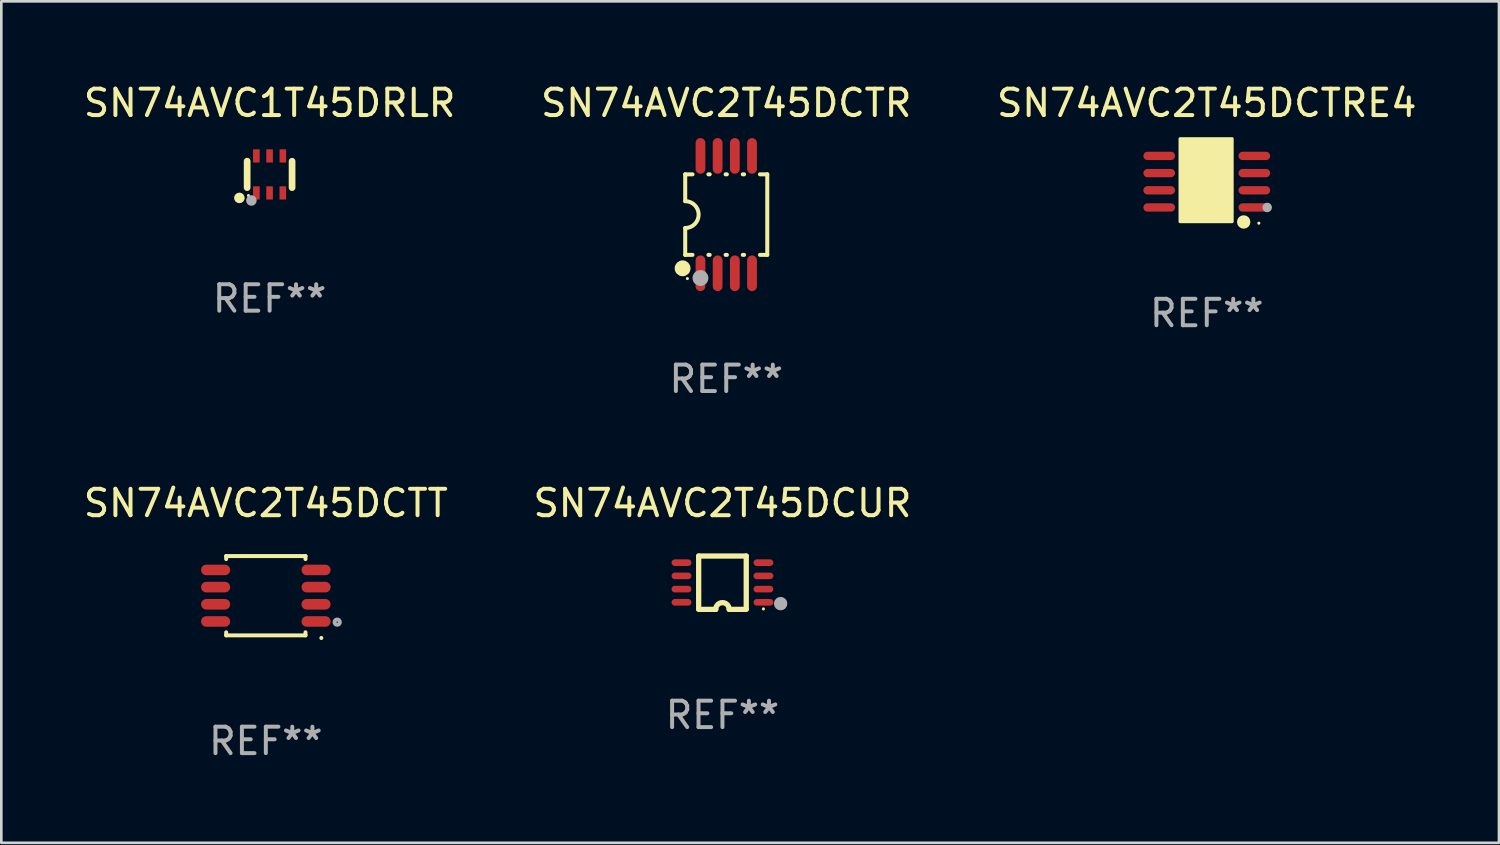
<source format=kicad_pcb>
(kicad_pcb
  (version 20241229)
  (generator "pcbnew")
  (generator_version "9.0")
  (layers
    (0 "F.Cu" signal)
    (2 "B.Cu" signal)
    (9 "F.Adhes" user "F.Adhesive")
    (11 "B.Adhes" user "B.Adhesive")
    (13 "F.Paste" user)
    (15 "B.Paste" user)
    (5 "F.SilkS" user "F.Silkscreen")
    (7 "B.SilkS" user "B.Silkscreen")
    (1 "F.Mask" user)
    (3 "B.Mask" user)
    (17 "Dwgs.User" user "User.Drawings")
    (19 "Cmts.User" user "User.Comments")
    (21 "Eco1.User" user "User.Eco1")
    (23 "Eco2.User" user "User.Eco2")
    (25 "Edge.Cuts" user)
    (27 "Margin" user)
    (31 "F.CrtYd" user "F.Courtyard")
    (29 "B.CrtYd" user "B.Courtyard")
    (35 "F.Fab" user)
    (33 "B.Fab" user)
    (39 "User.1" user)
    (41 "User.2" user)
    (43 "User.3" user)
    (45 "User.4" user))
  (footprint "SN74AVC2T45DCTR"
    (layer "F.Cu")
    (at 24.423 5.068)
    (property "Reference" "SN74AVC2T45DCTR" (at 0 -4.22 0) (layer "F.SilkS") (effects (font (size 1 1) (thickness 0.15))))
    (attr through_hole)
    (fp_line (start -1.552 -1.524) (end -1.276 -1.524) (stroke (width 0.152) (type solid)) (layer "F.SilkS"))
    (fp_line (start -1.552 -0.508) (end -1.552 -1.524) (stroke (width 0.152) (type solid)) (layer "F.SilkS"))
    (fp_line (start -1.552 1.524) (end -1.552 0.508) (stroke (width 0.152) (type solid)) (layer "F.SilkS"))
    (fp_line (start -1.552 1.524) (end -1.276 1.524) (stroke (width 0.152) (type solid)) (layer "F.SilkS"))
    (fp_line (start -0.674 -1.524) (end -0.626 -1.524) (stroke (width 0.152) (type solid)) (layer "F.SilkS"))
    (fp_line (start -0.674 1.524) (end -0.626 1.524) (stroke (width 0.152) (type solid)) (layer "F.SilkS"))
    (fp_line (start -0.024 -1.524) (end 0.024 -1.524) (stroke (width 0.152) (type solid)) (layer "F.SilkS"))
    (fp_line (start -0.024 1.524) (end 0.024 1.524) (stroke (width 0.152) (type solid)) (layer "F.SilkS"))
    (fp_line (start 0.626 -1.524) (end 0.674 -1.524) (stroke (width 0.152) (type solid)) (layer "F.SilkS"))
    (fp_line (start 0.626 1.524) (end 0.674 1.524) (stroke (width 0.152) (type solid)) (layer "F.SilkS"))
    (fp_line (start 1.276 1.524) (end 1.552 1.524) (stroke (width 0.152) (type solid)) (layer "F.SilkS"))
    (fp_line (start 1.276 -1.524) (end 1.552 -1.524) (stroke (width 0.152) (type solid)) (layer "F.SilkS"))
    (fp_line (start 1.552 -1.524) (end 1.552 1.524) (stroke (width 0.152) (type solid)) (layer "F.SilkS"))
    (fp_arc (start -1.551943 -0.508001) (mid -1.043942 0) (end -1.551943 0.508001) (stroke (width 0.151994) (type solid)) (layer "F.SilkS"))
    (fp_circle (center -1.651 2.032) (end -1.501 2.032) (stroke (width 0.3) (type solid)) (fill no) (layer "F.SilkS"))
    (fp_circle (center -1.47 2.42) (end -1.44 2.42) (stroke (width 0.06) (type solid)) (fill no) (layer "F.SilkS"))
    (fp_circle (center -0.975 2.4) (end -0.825 2.4) (stroke (width 0.3) (type solid)) (fill no) (layer "F.Fab"))
    (fp_text user "REF**" (at 0 6.22 0) (layer "F.Fab") (effects (font (size 1 1) (thickness 0.15))))
    (pad "1" smd oval (at -0.975 2.22) (size 0.37 1.35) (layers "F.Cu" "F.Mask" "F.Paste"))
    (pad "2" smd oval (at -0.325 2.22) (size 0.37 1.35) (layers "F.Cu" "F.Mask" "F.Paste"))
    (pad "3" smd oval (at 0.325 2.22) (size 0.37 1.35) (layers "F.Cu" "F.Mask" "F.Paste"))
    (pad "4" smd oval (at 0.975 2.22) (size 0.37 1.35) (layers "F.Cu" "F.Mask" "F.Paste"))
    (pad "5" smd oval (at 0.975 -2.22) (size 0.37 1.35) (layers "F.Cu" "F.Mask" "F.Paste"))
    (pad "6" smd oval (at 0.325 -2.22) (size 0.37 1.35) (layers "F.Cu" "F.Mask" "F.Paste"))
    (pad "7" smd oval (at -0.325 -2.22) (size 0.37 1.35) (layers "F.Cu" "F.Mask" "F.Paste"))
    (pad "8" smd oval (at -0.975 -2.22) (size 0.37 1.35) (layers "F.Cu" "F.Mask" "F.Paste")))
  (footprint "SN74AVC1T45DRLR"
    (layer "F.Cu")
    (at 7.149 3.548)
    (property "Reference" "SN74AVC1T45DRLR" (at 0 -2.7 0) (layer "F.SilkS") (effects (font (size 1 1) (thickness 0.15))))
    (attr through_hole)
    (fp_line (start -0.85 -0.5) (end -0.85 0.5) (stroke (width 0.254) (type solid)) (layer "F.SilkS"))
    (fp_line (start 0.85 -0.498) (end 0.85 0.5) (stroke (width 0.254) (type solid)) (layer "F.SilkS"))
    (fp_circle (center -1.143 0.889) (end -1.043 0.889) (stroke (width 0.2) (type solid)) (fill no) (layer "F.SilkS"))
    (fp_circle (center -0.8 0.8) (end -0.77 0.8) (stroke (width 0.06) (type solid)) (fill no) (layer "F.SilkS"))
    (fp_circle (center -0.689 0.986) (end -0.589 0.986) (stroke (width 0.2) (type solid)) (fill no) (layer "F.Fab"))
    (fp_text user "REF**" (at 0 4.7 0) (layer "F.Fab") (effects (font (size 1 1) (thickness 0.15))))
    (pad "1" smd rect (at -0.501 0.7) (size 0.25 0.5) (layers "F.Cu" "F.Mask" "F.Paste"))
    (pad "2" smd rect (at -0.001 0.7) (size 0.25 0.5) (layers "F.Cu" "F.Mask" "F.Paste"))
    (pad "3" smd rect (at 0.499 0.7) (size 0.25 0.5) (layers "F.Cu" "F.Mask" "F.Paste"))
    (pad "4" smd rect (at 0.501 -0.7) (size 0.25 0.5) (layers "F.Cu" "F.Mask" "F.Paste"))
    (pad "5" smd rect (at -0.001 -0.7) (size 0.25 0.5) (layers "F.Cu" "F.Mask" "F.Paste"))
    (pad "6" smd rect (at -0.501 -0.7) (size 0.25 0.5) (layers "F.Cu" "F.Mask" "F.Paste")))
  (footprint "SN74AVC2T45DCUR"
    (layer "F.Cu")
    (at 24.28 18.993)
    (property "Reference" "SN74AVC2T45DCUR" (at 0 -3.008 0) (layer "F.SilkS") (effects (font (size 1 1) (thickness 0.15))))
    (attr through_hole)
    (fp_line (start -0.9 -1.008) (end -0.9 0.992) (stroke (width 0.2) (type solid)) (layer "F.SilkS"))
    (fp_line (start -0.254 1.008) (end -0.9 1.008) (stroke (width 0.2) (type solid)) (layer "F.SilkS"))
    (fp_line (start 0.254 1.008) (end 0.9 1.008) (stroke (width 0.2) (type solid)) (layer "F.SilkS"))
    (fp_line (start 0.9 -1.008) (end -0.9 -1.008) (stroke (width 0.2) (type solid)) (layer "F.SilkS"))
    (fp_line (start 0.9 0.992) (end 0.9 -1.008) (stroke (width 0.2) (type solid)) (layer "F.SilkS"))
    (fp_arc (start -0.254128 1.007976) (mid -0.000127 0.753975) (end 0.253874 1.007976) (stroke (width 0.2) (type solid)) (layer "F.SilkS"))
    (fp_circle (center 1.55 0.992) (end 1.58 0.992) (stroke (width 0.06) (type solid)) (fill no) (layer "F.SilkS"))
    (fp_circle (center 2.2 0.792) (end 2.327 0.792) (stroke (width 0.254) (type solid)) (fill no) (layer "F.Fab"))
    (fp_text user "REF**" (at 0 5.008 0) (layer "F.Fab") (effects (font (size 1 1) (thickness 0.15))))
    (pad "1" smd oval (at 1.55 0.742) (size 0.75 0.25) (layers "F.Cu" "F.Mask" "F.Paste"))
    (pad "2" smd oval (at 1.55 0.242) (size 0.75 0.25) (layers "F.Cu" "F.Mask" "F.Paste"))
    (pad "3" smd oval (at 1.55 -0.258) (size 0.75 0.25) (layers "F.Cu" "F.Mask" "F.Paste"))
    (pad "4" smd oval (at 1.55 -0.758) (size 0.75 0.25) (layers "F.Cu" "F.Mask" "F.Paste"))
    (pad "5" smd oval (at -1.55 -0.758) (size 0.75 0.25) (layers "F.Cu" "F.Mask" "F.Paste"))
    (pad "6" smd oval (at -1.55 -0.258) (size 0.75 0.25) (layers "F.Cu" "F.Mask" "F.Paste"))
    (pad "7" smd oval (at -1.55 0.242) (size 0.75 0.25) (layers "F.Cu" "F.Mask" "F.Paste"))
    (pad "8" smd oval (at -1.55 0.742) (size 0.75 0.25) (layers "F.Cu" "F.Mask" "F.Paste")))
  (footprint "SN74AVC2T45DCTT"
    (layer "F.Cu")
    (at 7.006 19.485)
    (property "Reference" "SN74AVC2T45DCTT" (at 0 -3.5 0) (layer "F.SilkS") (effects (font (size 1 1) (thickness 0.15))))
    (attr through_hole)
    (fp_line (start -1.5 -1.5) (end 1.5 -1.5) (stroke (width 0.15) (type solid)) (layer "F.SilkS"))
    (fp_line (start -1.5 -1.385) (end -1.5 -1.5) (stroke (width 0.15) (type solid)) (layer "F.SilkS"))
    (fp_line (start -1.5 1.5) (end -1.5 1.385) (stroke (width 0.15) (type solid)) (layer "F.SilkS"))
    (fp_line (start 1.5 -1.5) (end 1.5 -1.385) (stroke (width 0.15) (type solid)) (layer "F.SilkS"))
    (fp_line (start 1.5 1.385) (end 1.5 1.5) (stroke (width 0.15) (type solid)) (layer "F.SilkS"))
    (fp_line (start 1.5 1.5) (end -1.5 1.5) (stroke (width 0.15) (type solid)) (layer "F.SilkS"))
    (fp_arc (start 2.100051 1.6) (mid 2.100044 1.59873) (end 2.100051 1.59746) (stroke (width 0.150013) (type solid)) (layer "F.SilkS"))
    (fp_circle (center 1.5 1.5) (end 1.527 1.5) (stroke (width 0.05) (type solid)) (fill no) (layer "F.SilkS"))
    (fp_circle (center 2.7 1) (end 2.8 1) (stroke (width 0.15) (type solid)) (fill no) (layer "F.Fab"))
    (fp_text user "REF**" (at 0 5.5 0) (layer "F.Fab") (effects (font (size 1 1) (thickness 0.15))))
    (pad "1" smd oval (at 1.9 0.975) (size 1.1 0.4) (layers "F.Cu" "F.Mask" "F.Paste"))
    (pad "2" smd oval (at 1.9 0.325) (size 1.1 0.4) (layers "F.Cu" "F.Mask" "F.Paste"))
    (pad "3" smd oval (at 1.9 -0.325) (size 1.1 0.4) (layers "F.Cu" "F.Mask" "F.Paste"))
    (pad "4" smd oval (at 1.9 -0.975) (size 1.1 0.4) (layers "F.Cu" "F.Mask" "F.Paste"))
    (pad "5" smd oval (at -1.9 -0.975) (size 1.1 0.4) (layers "F.Cu" "F.Mask" "F.Paste"))
    (pad "6" smd oval (at -1.9 -0.325) (size 1.1 0.4) (layers "F.Cu" "F.Mask" "F.Paste"))
    (pad "7" smd oval (at -1.9 0.325) (size 1.1 0.4) (layers "F.Cu" "F.Mask" "F.Paste"))
    (pad "8" smd oval (at -1.9 0.975) (size 1.1 0.4) (layers "F.Cu" "F.Mask" "F.Paste")))
  (footprint "SN74AVC2T45DCTRE4"
    (layer "F.Cu")
    (at 42.601 3.823)
    (property "Reference" "SN74AVC2T45DCTRE4" (at 0 -2.975 0) (layer "F.SilkS") (effects (font (size 1 1) (thickness 0.15))))
    (attr through_hole)
    (fp_circle (center 0.508 1.016) (end 0.658 1.016) (stroke (width 0.3) (type solid)) (fill no) (layer "F.SilkS"))
    (fp_circle (center 1.397 1.524) (end 1.524 1.524) (stroke (width 0.254) (type solid)) (fill no) (layer "F.SilkS"))
    (fp_circle (center 1.97 1.57) (end 2 1.57) (stroke (width 0.06) (type solid)) (fill no) (layer "F.SilkS"))
    (fp_poly (pts (xy -1.008 -1.623) (xy 0.958 -1.623) (xy 0.958 1.51) (xy -1.008 1.51)) (stroke (width 0.12) (type solid)) (fill yes) (layer "F.SilkS"))
    (fp_circle (center 2.286 0.975) (end 2.376 0.975) (stroke (width 0.18) (type solid)) (fill no) (layer "F.Fab"))
    (fp_text user "REF**" (at 0 4.975 0) (layer "F.Fab") (effects (font (size 1 1) (thickness 0.15))))
    (pad "1" smd oval (at 1.799 0.975 90) (size 0.315 1.198) (layers "F.Cu" "F.Mask" "F.Paste"))
    (pad "2" smd oval (at 1.799 0.325 90) (size 0.315 1.198) (layers "F.Cu" "F.Mask" "F.Paste"))
    (pad "3" smd oval (at 1.799 -0.325 90) (size 0.315 1.198) (layers "F.Cu" "F.Mask" "F.Paste"))
    (pad "4" smd oval (at 1.799 -0.975 90) (size 0.315 1.198) (layers "F.Cu" "F.Mask" "F.Paste"))
    (pad "5" smd oval (at -1.799 -0.975 90) (size 0.315 1.198) (layers "F.Cu" "F.Mask" "F.Paste"))
    (pad "6" smd oval (at -1.799 -0.325 90) (size 0.315 1.198) (layers "F.Cu" "F.Mask" "F.Paste"))
    (pad "7" smd oval (at -1.799 0.325 90) (size 0.315 1.198) (layers "F.Cu" "F.Mask" "F.Paste"))
    (pad "8" smd oval (at -1.799 0.975 90) (size 0.315 1.198) (layers "F.Cu" "F.Mask" "F.Paste")))
  (gr_rect
    (start -3 -3)
    (end 53.655 28.833)
    (stroke (width 0.1) (type default))
    (fill no)
    (layer "Edge.Cuts")))
</source>
